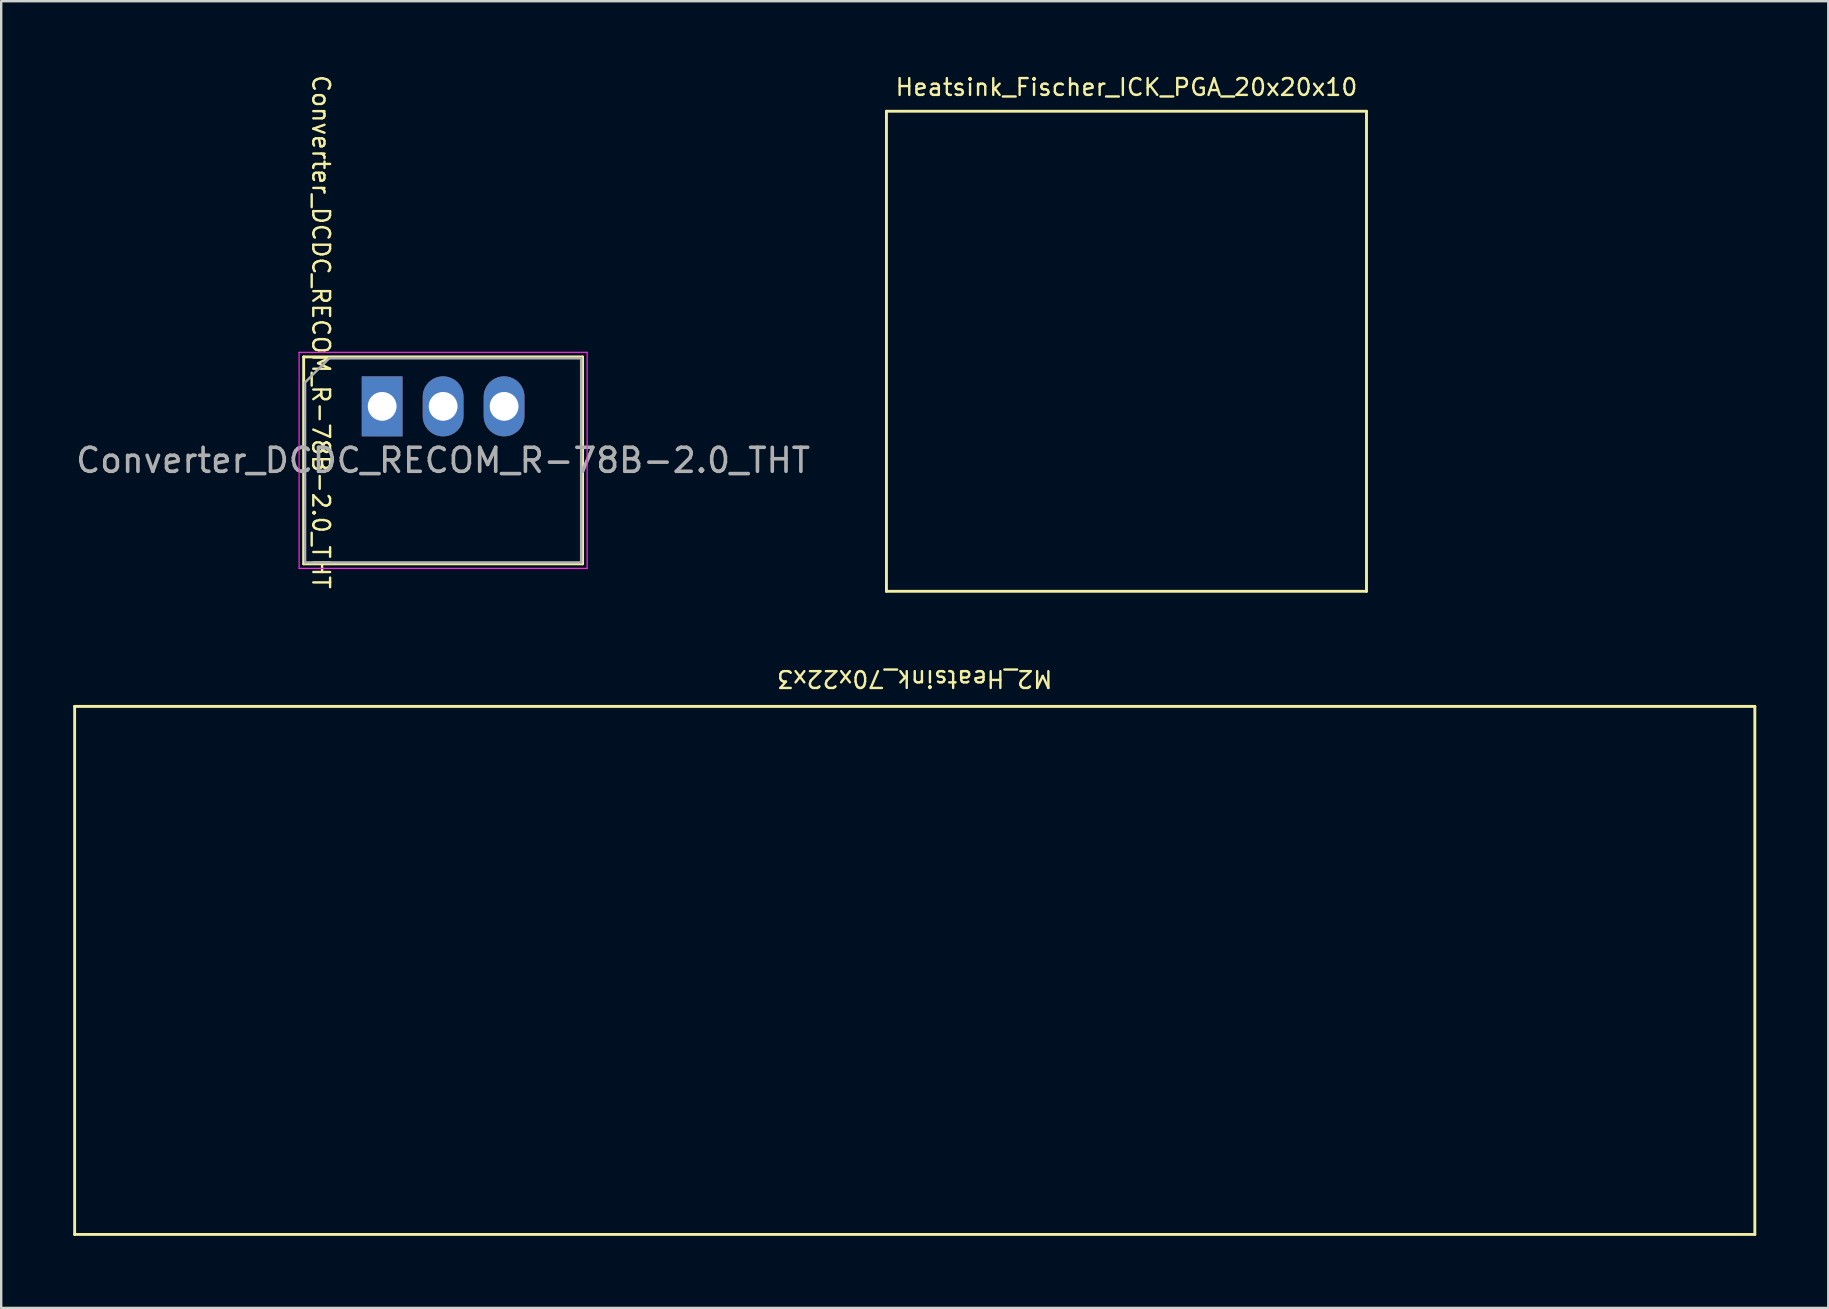
<source format=kicad_pcb>
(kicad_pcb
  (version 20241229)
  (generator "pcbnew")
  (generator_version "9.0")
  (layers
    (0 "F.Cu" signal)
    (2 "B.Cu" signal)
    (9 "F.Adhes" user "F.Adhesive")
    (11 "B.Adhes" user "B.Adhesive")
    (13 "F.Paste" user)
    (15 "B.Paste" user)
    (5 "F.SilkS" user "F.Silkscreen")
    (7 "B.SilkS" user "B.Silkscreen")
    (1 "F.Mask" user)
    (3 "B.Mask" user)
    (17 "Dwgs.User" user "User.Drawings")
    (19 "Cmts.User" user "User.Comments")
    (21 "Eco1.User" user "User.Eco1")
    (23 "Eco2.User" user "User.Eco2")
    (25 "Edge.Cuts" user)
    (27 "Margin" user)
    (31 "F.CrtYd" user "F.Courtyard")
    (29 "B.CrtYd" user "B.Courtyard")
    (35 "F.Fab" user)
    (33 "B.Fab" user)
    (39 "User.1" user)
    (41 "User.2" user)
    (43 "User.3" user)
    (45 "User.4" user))
  (footprint "Converter_DCDC_RECOM_R-78B-2.0_THT"
    (layer "F.Cu")
    (at 12.871 13.88)
    (property "Reference" "Converter_DCDC_RECOM_R-78B-2.0_THT" (at -2.55 -3.1 270) (unlocked yes) (layer "F.SilkS") (effects (font (size 0.7 0.7) (thickness 0.1))))
    (attr through_hole)
    (fp_line (start -3.27 -2.06) (end -3.27 6.56) (stroke (width 0.12) (type solid)) (layer "F.SilkS"))
    (fp_line (start -3.27 -2.06) (end 8.35 -2.06) (stroke (width 0.12) (type solid)) (layer "F.SilkS"))
    (fp_line (start -3.27 6.56) (end 8.35 6.56) (stroke (width 0.12) (type solid)) (layer "F.SilkS"))
    (fp_line (start 8.35 -2.06) (end 8.35 6.56) (stroke (width 0.12) (type solid)) (layer "F.SilkS"))
    (fp_line (start -3.46 -2.25) (end -3.46 6.75) (stroke (width 0.05) (type solid)) (layer "F.CrtYd"))
    (fp_line (start -3.46 6.75) (end 8.54 6.75) (stroke (width 0.05) (type solid)) (layer "F.CrtYd"))
    (fp_line (start 8.54 -2.25) (end -3.46 -2.25) (stroke (width 0.05) (type solid)) (layer "F.CrtYd"))
    (fp_line (start 8.54 6.75) (end 8.54 -2.25) (stroke (width 0.05) (type solid)) (layer "F.CrtYd"))
    (fp_line (start -3.21 -1) (end -2.21 -2) (stroke (width 0.1) (type solid)) (layer "F.Fab"))
    (fp_line (start -3.21 6.5) (end -3.21 -1) (stroke (width 0.1) (type solid)) (layer "F.Fab"))
    (fp_line (start -2.21 -2) (end 8.29 -2) (stroke (width 0.1) (type solid)) (layer "F.Fab"))
    (fp_line (start 8.29 -2) (end 8.29 6.5) (stroke (width 0.1) (type solid)) (layer "F.Fab"))
    (fp_line (start 8.29 6.5) (end -3.21 6.5) (stroke (width 0.1) (type solid)) (layer "F.Fab"))
    (fp_text user "${REFERENCE}" (at 2.54 2.25 0) (layer "F.Fab") (effects (font (size 1 1) (thickness 0.15))))
    (pad "1" thru_hole rect (at 0 0) (size 1.7 2.5) (drill 1.2) (layers "*.Cu" "*.Mask"))
    (pad "2" thru_hole oval (at 2.54 0) (size 1.7 2.5) (drill 1.2) (layers "*.Cu" "*.Mask"))
    (pad "3" thru_hole oval (at 5.08 0) (size 1.7 2.5) (drill 1.2) (layers "*.Cu" "*.Mask")))
  (footprint "Heatsink_Fischer_ICK_PGA_20x20x10"
    (layer "F.Cu")
    (at 43.881 11.585)
    (property "Reference" "Heatsink_Fischer_ICK_PGA_20x20x10" (at 0 -11 0) (unlocked yes) (layer "F.SilkS") (effects (font (size 0.7 0.7) (thickness 0.1))))
    (attr exclude_from_pos_files)
    (fp_line (start -10 -10) (end 10 -10) (stroke (width 0.12) (type solid)) (layer "F.SilkS"))
    (fp_line (start -10 10) (end -10 -10) (stroke (width 0.12) (type solid)) (layer "F.SilkS"))
    (fp_line (start 10 -10) (end 10 10) (stroke (width 0.12) (type solid)) (layer "F.SilkS"))
    (fp_line (start 10 10) (end -10 10) (stroke (width 0.12) (type solid)) (layer "F.SilkS")))
  (footprint "M2_Heatsink_70x22x3"
    (layer "F.Cu")
    (at 35.06 37.38)
    (property "Reference" "M2_Heatsink_70x22x3" (at 0 -12.15 180) (unlocked yes) (layer "F.SilkS") (effects (font (size 0.7 0.7) (thickness 0.1))))
    (attr exclude_from_pos_files)
    (fp_line (start -35 -11) (end 35 -11) (stroke (width 0.12) (type solid)) (layer "F.SilkS"))
    (fp_line (start -35 11) (end -35 -11) (stroke (width 0.12) (type solid)) (layer "F.SilkS"))
    (fp_line (start 35 -11) (end 35 11) (stroke (width 0.12) (type solid)) (layer "F.SilkS"))
    (fp_line (start 35 11) (end -35 11) (stroke (width 0.12) (type solid)) (layer "F.SilkS")))
  (gr_rect
    (start -3 -3)
    (end 73.12 51.44)
    (stroke (width 0.1) (type default))
    (fill no)
    (layer "Edge.Cuts")))
</source>
